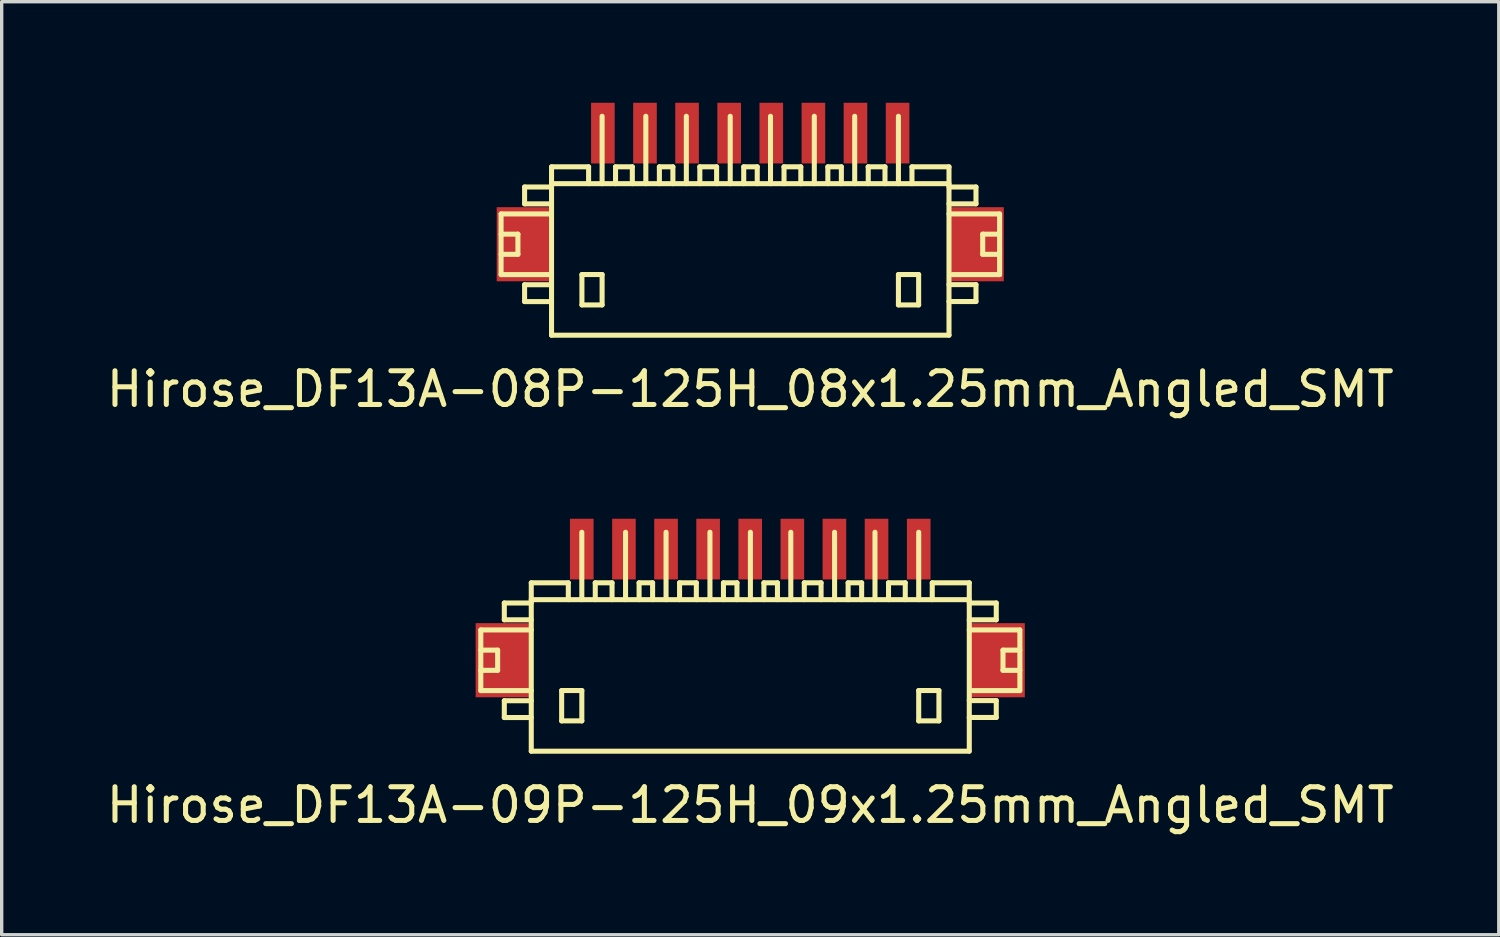
<source format=kicad_pcb>
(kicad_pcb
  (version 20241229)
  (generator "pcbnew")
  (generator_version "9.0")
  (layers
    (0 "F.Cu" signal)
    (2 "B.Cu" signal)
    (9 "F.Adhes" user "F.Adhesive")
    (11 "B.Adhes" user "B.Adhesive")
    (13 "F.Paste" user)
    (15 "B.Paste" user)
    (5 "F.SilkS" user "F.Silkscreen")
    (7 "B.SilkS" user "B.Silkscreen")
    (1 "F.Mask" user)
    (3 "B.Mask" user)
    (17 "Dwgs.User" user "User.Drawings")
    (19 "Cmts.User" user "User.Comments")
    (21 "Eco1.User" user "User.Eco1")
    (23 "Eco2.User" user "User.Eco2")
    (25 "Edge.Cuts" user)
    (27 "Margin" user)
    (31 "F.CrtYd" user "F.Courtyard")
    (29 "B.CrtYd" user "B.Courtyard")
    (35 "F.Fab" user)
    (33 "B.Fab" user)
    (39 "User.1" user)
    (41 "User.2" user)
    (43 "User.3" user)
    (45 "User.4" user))
  (footprint "Hirose_DF13A-09P-125H_09x1.25mm_Angled_SMT"
    (layer "F.Cu")
    (at 19.22 16.749)
    (property "Reference" "Hirose_DF13A-09P-125H_09x1.25mm_Angled_SMT" (at 0 4.1 0) (layer "F.SilkS") (effects (font (size 1 1) (thickness 0.15))))
    (attr smd)
    (fp_line (start -7.998 -1.1) (end -7.998 0.701) (stroke (width 0.15) (type solid)) (layer "F.SilkS"))
    (fp_line (start -7.998 0.701) (end -6.5 0.701) (stroke (width 0.15) (type solid)) (layer "F.SilkS"))
    (fp_line (start -7.498 -0.5) (end -7.998 -0.5) (stroke (width 0.15) (type solid)) (layer "F.SilkS"))
    (fp_line (start -7.498 0.099) (end -7.998 0.099) (stroke (width 0.15) (type solid)) (layer "F.SilkS"))
    (fp_line (start -7.498 0.099) (end -7.498 -0.5) (stroke (width 0.15) (type solid)) (layer "F.SilkS"))
    (fp_line (start -7.3 -1.9) (end -7.3 -1.4) (stroke (width 0.15) (type solid)) (layer "F.SilkS"))
    (fp_line (start -7.3 -1.9) (end -6.5 -1.9) (stroke (width 0.15) (type solid)) (layer "F.SilkS"))
    (fp_line (start -7.3 1.001) (end -7.3 1.501) (stroke (width 0.15) (type solid)) (layer "F.SilkS"))
    (fp_line (start -7.3 1.501) (end -6.5 1.501) (stroke (width 0.15) (type solid)) (layer "F.SilkS"))
    (fp_line (start -6.5 -1.999) (end 6.5 -1.999) (stroke (width 0.15) (type solid)) (layer "F.SilkS"))
    (fp_line (start -6.5 -1.4) (end -7.3 -1.4) (stroke (width 0.15) (type solid)) (layer "F.SilkS"))
    (fp_line (start -6.5 -1.1) (end -7.998 -1.1) (stroke (width 0.15) (type solid)) (layer "F.SilkS"))
    (fp_line (start -6.5 1.001) (end -7.3 1.001) (stroke (width 0.15) (type solid)) (layer "F.SilkS"))
    (fp_line (start -6.5 2.499) (end -6.5 -2.499) (stroke (width 0.15) (type solid)) (layer "F.SilkS"))
    (fp_line (start -5.598 0.699) (end -5.598 1.6) (stroke (width 0.15) (type solid)) (layer "F.SilkS"))
    (fp_line (start -5.598 1.6) (end -4.999 1.6) (stroke (width 0.15) (type solid)) (layer "F.SilkS"))
    (fp_line (start -5.4 -2.499) (end -6.5 -2.499) (stroke (width 0.15) (type solid)) (layer "F.SilkS"))
    (fp_line (start -5.4 -2.499) (end -5.4 -1.999) (stroke (width 0.15) (type solid)) (layer "F.SilkS"))
    (fp_line (start -4.999 -4) (end -4.999 -1.999) (stroke (width 0.15) (type solid)) (layer "F.SilkS"))
    (fp_line (start -4.999 0.699) (end -5.598 0.699) (stroke (width 0.15) (type solid)) (layer "F.SilkS"))
    (fp_line (start -4.999 1.6) (end -4.999 0.699) (stroke (width 0.15) (type solid)) (layer "F.SilkS"))
    (fp_line (start -4.602 -2.499) (end -4.102 -2.499) (stroke (width 0.15) (type solid)) (layer "F.SilkS"))
    (fp_line (start -4.6 -1.999) (end -4.6 -2.499) (stroke (width 0.15) (type solid)) (layer "F.SilkS"))
    (fp_line (start -4.102 -2.499) (end -4.102 -1.999) (stroke (width 0.15) (type solid)) (layer "F.SilkS"))
    (fp_line (start -3.701 -1.999) (end -3.701 -4) (stroke (width 0.15) (type solid)) (layer "F.SilkS"))
    (fp_line (start -3.299 -2.499) (end -3.299 -1.999) (stroke (width 0.15) (type solid)) (layer "F.SilkS"))
    (fp_line (start -2.898 -2.499) (end -3.299 -2.499) (stroke (width 0.15) (type solid)) (layer "F.SilkS"))
    (fp_line (start -2.898 -2.499) (end -2.898 -1.999) (stroke (width 0.15) (type solid)) (layer "F.SilkS"))
    (fp_line (start -2.499 -1.999) (end -2.499 -4) (stroke (width 0.15) (type solid)) (layer "F.SilkS"))
    (fp_line (start -2.101 -2.499) (end -1.6 -2.499) (stroke (width 0.15) (type solid)) (layer "F.SilkS"))
    (fp_line (start -2.098 -1.999) (end -2.098 -2.499) (stroke (width 0.15) (type solid)) (layer "F.SilkS"))
    (fp_line (start -1.6 -2.499) (end -1.6 -1.999) (stroke (width 0.15) (type solid)) (layer "F.SilkS"))
    (fp_line (start -1.196 -1.999) (end -1.196 -4) (stroke (width 0.15) (type solid)) (layer "F.SilkS"))
    (fp_line (start -0.795 -2.499) (end -0.795 -1.999) (stroke (width 0.15) (type solid)) (layer "F.SilkS"))
    (fp_line (start -0.394 -2.499) (end -0.795 -2.499) (stroke (width 0.15) (type solid)) (layer "F.SilkS"))
    (fp_line (start -0.394 -2.499) (end -0.394 -1.999) (stroke (width 0.15) (type solid)) (layer "F.SilkS"))
    (fp_line (start 0.005 -1.999) (end 0.005 -4) (stroke (width 0.15) (type solid)) (layer "F.SilkS"))
    (fp_line (start 0.406 -2.499) (end 0.406 -1.999) (stroke (width 0.15) (type solid)) (layer "F.SilkS"))
    (fp_line (start 0.808 -2.499) (end 0.406 -2.499) (stroke (width 0.15) (type solid)) (layer "F.SilkS"))
    (fp_line (start 0.808 -2.499) (end 0.808 -1.999) (stroke (width 0.15) (type solid)) (layer "F.SilkS"))
    (fp_line (start 1.204 -1.999) (end 1.204 -4) (stroke (width 0.15) (type solid)) (layer "F.SilkS"))
    (fp_line (start 1.603 -2.499) (end 2.103 -2.499) (stroke (width 0.15) (type solid)) (layer "F.SilkS"))
    (fp_line (start 1.605 -1.999) (end 1.605 -2.499) (stroke (width 0.15) (type solid)) (layer "F.SilkS"))
    (fp_line (start 2.103 -2.499) (end 2.103 -1.999) (stroke (width 0.15) (type solid)) (layer "F.SilkS"))
    (fp_line (start 2.504 -1.999) (end 2.504 -4) (stroke (width 0.15) (type solid)) (layer "F.SilkS"))
    (fp_line (start 2.906 -2.499) (end 2.906 -1.999) (stroke (width 0.15) (type solid)) (layer "F.SilkS"))
    (fp_line (start 3.307 -2.499) (end 2.906 -2.499) (stroke (width 0.15) (type solid)) (layer "F.SilkS"))
    (fp_line (start 3.307 -2.499) (end 3.307 -1.999) (stroke (width 0.15) (type solid)) (layer "F.SilkS"))
    (fp_line (start 3.703 -1.999) (end 3.703 -4) (stroke (width 0.15) (type solid)) (layer "F.SilkS"))
    (fp_line (start 4.102 -2.499) (end 4.602 -2.499) (stroke (width 0.15) (type solid)) (layer "F.SilkS"))
    (fp_line (start 4.105 -1.999) (end 4.105 -2.499) (stroke (width 0.15) (type solid)) (layer "F.SilkS"))
    (fp_line (start 4.602 -2.499) (end 4.602 -1.999) (stroke (width 0.15) (type solid)) (layer "F.SilkS"))
    (fp_line (start 5.001 -1.999) (end 5.001 -4) (stroke (width 0.15) (type solid)) (layer "F.SilkS"))
    (fp_line (start 5.001 0.699) (end 5.601 0.699) (stroke (width 0.15) (type solid)) (layer "F.SilkS"))
    (fp_line (start 5.001 1.6) (end 5.001 0.699) (stroke (width 0.15) (type solid)) (layer "F.SilkS"))
    (fp_line (start 5.403 -2.499) (end 5.403 -1.999) (stroke (width 0.15) (type solid)) (layer "F.SilkS"))
    (fp_line (start 5.601 0.699) (end 5.601 1.6) (stroke (width 0.15) (type solid)) (layer "F.SilkS"))
    (fp_line (start 5.601 1.6) (end 5.001 1.6) (stroke (width 0.15) (type solid)) (layer "F.SilkS"))
    (fp_line (start 6.5 2.499) (end -6.5 2.499) (stroke (width 0.15) (type solid)) (layer "F.SilkS"))
    (fp_line (start 6.502 -2.499) (end 5.403 -2.499) (stroke (width 0.15) (type solid)) (layer "F.SilkS"))
    (fp_line (start 6.502 -2.499) (end 6.502 2.499) (stroke (width 0.15) (type solid)) (layer "F.SilkS"))
    (fp_line (start 6.502 -1.9) (end 7.303 -1.9) (stroke (width 0.15) (type solid)) (layer "F.SilkS"))
    (fp_line (start 6.502 0.998) (end 7.303 0.998) (stroke (width 0.15) (type solid)) (layer "F.SilkS"))
    (fp_line (start 7.303 -1.9) (end 7.303 -1.4) (stroke (width 0.15) (type solid)) (layer "F.SilkS"))
    (fp_line (start 7.303 -1.4) (end 6.502 -1.4) (stroke (width 0.15) (type solid)) (layer "F.SilkS"))
    (fp_line (start 7.303 0.998) (end 7.303 1.499) (stroke (width 0.15) (type solid)) (layer "F.SilkS"))
    (fp_line (start 7.303 1.499) (end 6.502 1.499) (stroke (width 0.15) (type solid)) (layer "F.SilkS"))
    (fp_line (start 7.503 0.099) (end 7.503 -0.5) (stroke (width 0.15) (type solid)) (layer "F.SilkS"))
    (fp_line (start 8.001 -1.1) (end 6.502 -1.1) (stroke (width 0.15) (type solid)) (layer "F.SilkS"))
    (fp_line (start 8.001 0.701) (end 6.601 0.701) (stroke (width 0.15) (type solid)) (layer "F.SilkS"))
    (fp_line (start 8.004 -1.1) (end 8.004 0.701) (stroke (width 0.15) (type solid)) (layer "F.SilkS"))
    (fp_line (start 8.004 -0.5) (end 7.503 -0.5) (stroke (width 0.15) (type solid)) (layer "F.SilkS"))
    (fp_line (start 8.004 0.099) (end 7.503 0.099) (stroke (width 0.15) (type solid)) (layer "F.SilkS"))
    (pad "" smd rect (at -7.351 -0.201) (size 1.6 2.2) (layers "F.Cu" "F.Mask" "F.Paste"))
    (pad "" smd rect (at 7.351 -0.201) (size 1.6 2.2) (layers "F.Cu" "F.Mask" "F.Paste"))
    (pad "1" smd rect (at 5.001 -3.5) (size 0.701 1.801) (layers "F.Cu" "F.Mask" "F.Paste"))
    (pad "2" smd rect (at 3.749 -3.5) (size 0.701 1.801) (layers "F.Cu" "F.Mask" "F.Paste"))
    (pad "3" smd rect (at 2.499 -3.5) (size 0.701 1.801) (layers "F.Cu" "F.Mask" "F.Paste"))
    (pad "4" smd rect (at 1.25 -3.5) (size 0.701 1.801) (layers "F.Cu" "F.Mask" "F.Paste"))
    (pad "5" smd rect (at 0 -3.5) (size 0.701 1.801) (layers "F.Cu" "F.Mask" "F.Paste"))
    (pad "6" smd rect (at -1.25 -3.5) (size 0.701 1.801) (layers "F.Cu" "F.Mask" "F.Paste"))
    (pad "7" smd rect (at -2.499 -3.5) (size 0.701 1.801) (layers "F.Cu" "F.Mask" "F.Paste"))
    (pad "8" smd rect (at -3.749 -3.5) (size 0.701 1.801) (layers "F.Cu" "F.Mask" "F.Paste"))
    (pad "9" smd rect (at -5.001 -3.5) (size 0.701 1.801) (layers "F.Cu" "F.Mask" "F.Paste")))
  (footprint "Hirose_DF13A-08P-125H_08x1.25mm_Angled_SMT"
    (layer "F.Cu")
    (at 19.22 4.401)
    (property "Reference" "Hirose_DF13A-08P-125H_08x1.25mm_Angled_SMT" (at 0 4.1 0) (layer "F.SilkS") (effects (font (size 1 1) (thickness 0.15))))
    (attr smd)
    (fp_line (start -7.396 -1.1) (end -7.396 0.701) (stroke (width 0.15) (type solid)) (layer "F.SilkS"))
    (fp_line (start -7.396 0.701) (end -5.898 0.701) (stroke (width 0.15) (type solid)) (layer "F.SilkS"))
    (fp_line (start -6.896 -0.5) (end -7.396 -0.5) (stroke (width 0.15) (type solid)) (layer "F.SilkS"))
    (fp_line (start -6.896 0.099) (end -7.396 0.099) (stroke (width 0.15) (type solid)) (layer "F.SilkS"))
    (fp_line (start -6.896 0.099) (end -6.896 -0.5) (stroke (width 0.15) (type solid)) (layer "F.SilkS"))
    (fp_line (start -6.698 -1.9) (end -6.698 -1.4) (stroke (width 0.15) (type solid)) (layer "F.SilkS"))
    (fp_line (start -6.698 -1.9) (end -5.898 -1.9) (stroke (width 0.15) (type solid)) (layer "F.SilkS"))
    (fp_line (start -6.698 1.001) (end -6.698 1.501) (stroke (width 0.15) (type solid)) (layer "F.SilkS"))
    (fp_line (start -6.698 1.501) (end -5.898 1.501) (stroke (width 0.15) (type solid)) (layer "F.SilkS"))
    (fp_line (start -5.9 -1.999) (end 5.9 -1.999) (stroke (width 0.15) (type solid)) (layer "F.SilkS"))
    (fp_line (start -5.9 2.499) (end 5.9 2.499) (stroke (width 0.15) (type solid)) (layer "F.SilkS"))
    (fp_line (start -5.898 -1.4) (end -6.698 -1.4) (stroke (width 0.15) (type solid)) (layer "F.SilkS"))
    (fp_line (start -5.898 -1.1) (end -7.396 -1.1) (stroke (width 0.15) (type solid)) (layer "F.SilkS"))
    (fp_line (start -5.898 1.001) (end -6.698 1.001) (stroke (width 0.15) (type solid)) (layer "F.SilkS"))
    (fp_line (start -5.898 2.499) (end -5.898 -2.499) (stroke (width 0.15) (type solid)) (layer "F.SilkS"))
    (fp_line (start -4.996 0.699) (end -4.996 1.6) (stroke (width 0.15) (type solid)) (layer "F.SilkS"))
    (fp_line (start -4.996 1.6) (end -4.397 1.6) (stroke (width 0.15) (type solid)) (layer "F.SilkS"))
    (fp_line (start -4.798 -2.499) (end -5.898 -2.499) (stroke (width 0.15) (type solid)) (layer "F.SilkS"))
    (fp_line (start -4.798 -2.499) (end -4.798 -1.999) (stroke (width 0.15) (type solid)) (layer "F.SilkS"))
    (fp_line (start -4.397 -4) (end -4.397 -1.999) (stroke (width 0.15) (type solid)) (layer "F.SilkS"))
    (fp_line (start -4.397 0.699) (end -4.996 0.699) (stroke (width 0.15) (type solid)) (layer "F.SilkS"))
    (fp_line (start -4.397 1.6) (end -4.397 0.699) (stroke (width 0.15) (type solid)) (layer "F.SilkS"))
    (fp_line (start -4 -2.499) (end -3.5 -2.499) (stroke (width 0.15) (type solid)) (layer "F.SilkS"))
    (fp_line (start -3.998 -1.999) (end -3.998 -2.499) (stroke (width 0.15) (type solid)) (layer "F.SilkS"))
    (fp_line (start -3.5 -2.499) (end -3.5 -1.999) (stroke (width 0.15) (type solid)) (layer "F.SilkS"))
    (fp_line (start -3.099 -1.999) (end -3.099 -4) (stroke (width 0.15) (type solid)) (layer "F.SilkS"))
    (fp_line (start -2.697 -2.499) (end -2.697 -1.999) (stroke (width 0.15) (type solid)) (layer "F.SilkS"))
    (fp_line (start -2.296 -2.499) (end -2.697 -2.499) (stroke (width 0.15) (type solid)) (layer "F.SilkS"))
    (fp_line (start -2.296 -2.499) (end -2.296 -1.999) (stroke (width 0.15) (type solid)) (layer "F.SilkS"))
    (fp_line (start -1.897 -1.999) (end -1.897 -4) (stroke (width 0.15) (type solid)) (layer "F.SilkS"))
    (fp_line (start -1.499 -2.499) (end -0.998 -2.499) (stroke (width 0.15) (type solid)) (layer "F.SilkS"))
    (fp_line (start -1.496 -1.999) (end -1.496 -2.499) (stroke (width 0.15) (type solid)) (layer "F.SilkS"))
    (fp_line (start -0.998 -2.499) (end -0.998 -1.999) (stroke (width 0.15) (type solid)) (layer "F.SilkS"))
    (fp_line (start -0.594 -1.999) (end -0.594 -4) (stroke (width 0.15) (type solid)) (layer "F.SilkS"))
    (fp_line (start -0.193 -2.499) (end -0.193 -1.999) (stroke (width 0.15) (type solid)) (layer "F.SilkS"))
    (fp_line (start 0.208 -2.499) (end -0.193 -2.499) (stroke (width 0.15) (type solid)) (layer "F.SilkS"))
    (fp_line (start 0.208 -2.499) (end 0.208 -1.999) (stroke (width 0.15) (type solid)) (layer "F.SilkS"))
    (fp_line (start 0.602 -1.999) (end 0.602 -4) (stroke (width 0.15) (type solid)) (layer "F.SilkS"))
    (fp_line (start 1.001 -2.499) (end 1.501 -2.499) (stroke (width 0.15) (type solid)) (layer "F.SilkS"))
    (fp_line (start 1.003 -1.999) (end 1.003 -2.499) (stroke (width 0.15) (type solid)) (layer "F.SilkS"))
    (fp_line (start 1.501 -2.499) (end 1.501 -1.999) (stroke (width 0.15) (type solid)) (layer "F.SilkS"))
    (fp_line (start 1.902 -1.999) (end 1.902 -4) (stroke (width 0.15) (type solid)) (layer "F.SilkS"))
    (fp_line (start 2.304 -2.499) (end 2.304 -1.999) (stroke (width 0.15) (type solid)) (layer "F.SilkS"))
    (fp_line (start 2.705 -2.499) (end 2.304 -2.499) (stroke (width 0.15) (type solid)) (layer "F.SilkS"))
    (fp_line (start 2.705 -2.499) (end 2.705 -1.999) (stroke (width 0.15) (type solid)) (layer "F.SilkS"))
    (fp_line (start 3.101 -1.999) (end 3.101 -4) (stroke (width 0.15) (type solid)) (layer "F.SilkS"))
    (fp_line (start 3.5 -2.499) (end 4 -2.499) (stroke (width 0.15) (type solid)) (layer "F.SilkS"))
    (fp_line (start 3.503 -1.999) (end 3.503 -2.499) (stroke (width 0.15) (type solid)) (layer "F.SilkS"))
    (fp_line (start 4 -2.499) (end 4 -1.999) (stroke (width 0.15) (type solid)) (layer "F.SilkS"))
    (fp_line (start 4.399 -1.999) (end 4.399 -4) (stroke (width 0.15) (type solid)) (layer "F.SilkS"))
    (fp_line (start 4.399 0.699) (end 4.999 0.699) (stroke (width 0.15) (type solid)) (layer "F.SilkS"))
    (fp_line (start 4.399 1.6) (end 4.399 0.699) (stroke (width 0.15) (type solid)) (layer "F.SilkS"))
    (fp_line (start 4.801 -2.499) (end 4.801 -1.999) (stroke (width 0.15) (type solid)) (layer "F.SilkS"))
    (fp_line (start 4.999 0.699) (end 4.999 1.6) (stroke (width 0.15) (type solid)) (layer "F.SilkS"))
    (fp_line (start 4.999 1.6) (end 4.399 1.6) (stroke (width 0.15) (type solid)) (layer "F.SilkS"))
    (fp_line (start 5.9 -2.499) (end 4.801 -2.499) (stroke (width 0.15) (type solid)) (layer "F.SilkS"))
    (fp_line (start 5.9 -2.499) (end 5.9 2.499) (stroke (width 0.15) (type solid)) (layer "F.SilkS"))
    (fp_line (start 5.9 -1.9) (end 6.701 -1.9) (stroke (width 0.15) (type solid)) (layer "F.SilkS"))
    (fp_line (start 5.9 0.998) (end 6.701 0.998) (stroke (width 0.15) (type solid)) (layer "F.SilkS"))
    (fp_line (start 6.701 -1.9) (end 6.701 -1.4) (stroke (width 0.15) (type solid)) (layer "F.SilkS"))
    (fp_line (start 6.701 -1.4) (end 5.9 -1.4) (stroke (width 0.15) (type solid)) (layer "F.SilkS"))
    (fp_line (start 6.701 0.998) (end 6.701 1.499) (stroke (width 0.15) (type solid)) (layer "F.SilkS"))
    (fp_line (start 6.701 1.499) (end 5.9 1.499) (stroke (width 0.15) (type solid)) (layer "F.SilkS"))
    (fp_line (start 6.901 0.099) (end 6.901 -0.5) (stroke (width 0.15) (type solid)) (layer "F.SilkS"))
    (fp_line (start 7.399 -1.1) (end 5.9 -1.1) (stroke (width 0.15) (type solid)) (layer "F.SilkS"))
    (fp_line (start 7.399 0.701) (end 5.999 0.701) (stroke (width 0.15) (type solid)) (layer "F.SilkS"))
    (fp_line (start 7.402 -1.1) (end 7.402 0.701) (stroke (width 0.15) (type solid)) (layer "F.SilkS"))
    (fp_line (start 7.402 -0.5) (end 6.901 -0.5) (stroke (width 0.15) (type solid)) (layer "F.SilkS"))
    (fp_line (start 7.402 0.099) (end 6.901 0.099) (stroke (width 0.15) (type solid)) (layer "F.SilkS"))
    (pad "" smd rect (at -6.726 -0.201) (size 1.6 2.2) (layers "F.Cu" "F.Mask" "F.Paste"))
    (pad "" smd rect (at 6.726 -0.201) (size 1.6 2.2) (layers "F.Cu" "F.Mask" "F.Paste"))
    (pad "1" smd rect (at 4.374 -3.5) (size 0.701 1.801) (layers "F.Cu" "F.Mask" "F.Paste"))
    (pad "2" smd rect (at 3.124 -3.5) (size 0.701 1.801) (layers "F.Cu" "F.Mask" "F.Paste"))
    (pad "3" smd rect (at 1.875 -3.5) (size 0.701 1.801) (layers "F.Cu" "F.Mask" "F.Paste"))
    (pad "4" smd rect (at 0.625 -3.5) (size 0.701 1.801) (layers "F.Cu" "F.Mask" "F.Paste"))
    (pad "5" smd rect (at -0.625 -3.5) (size 0.701 1.801) (layers "F.Cu" "F.Mask" "F.Paste"))
    (pad "6" smd rect (at -1.875 -3.5) (size 0.701 1.801) (layers "F.Cu" "F.Mask" "F.Paste"))
    (pad "7" smd rect (at -3.124 -3.5) (size 0.701 1.801) (layers "F.Cu" "F.Mask" "F.Paste"))
    (pad "8" smd rect (at -4.374 -3.5) (size 0.701 1.801) (layers "F.Cu" "F.Mask" "F.Paste")))
  (gr_rect
    (start -3 -3)
    (end 41.44 24.697)
    (stroke (width 0.1) (type default))
    (fill no)
    (layer "Edge.Cuts")))
</source>
